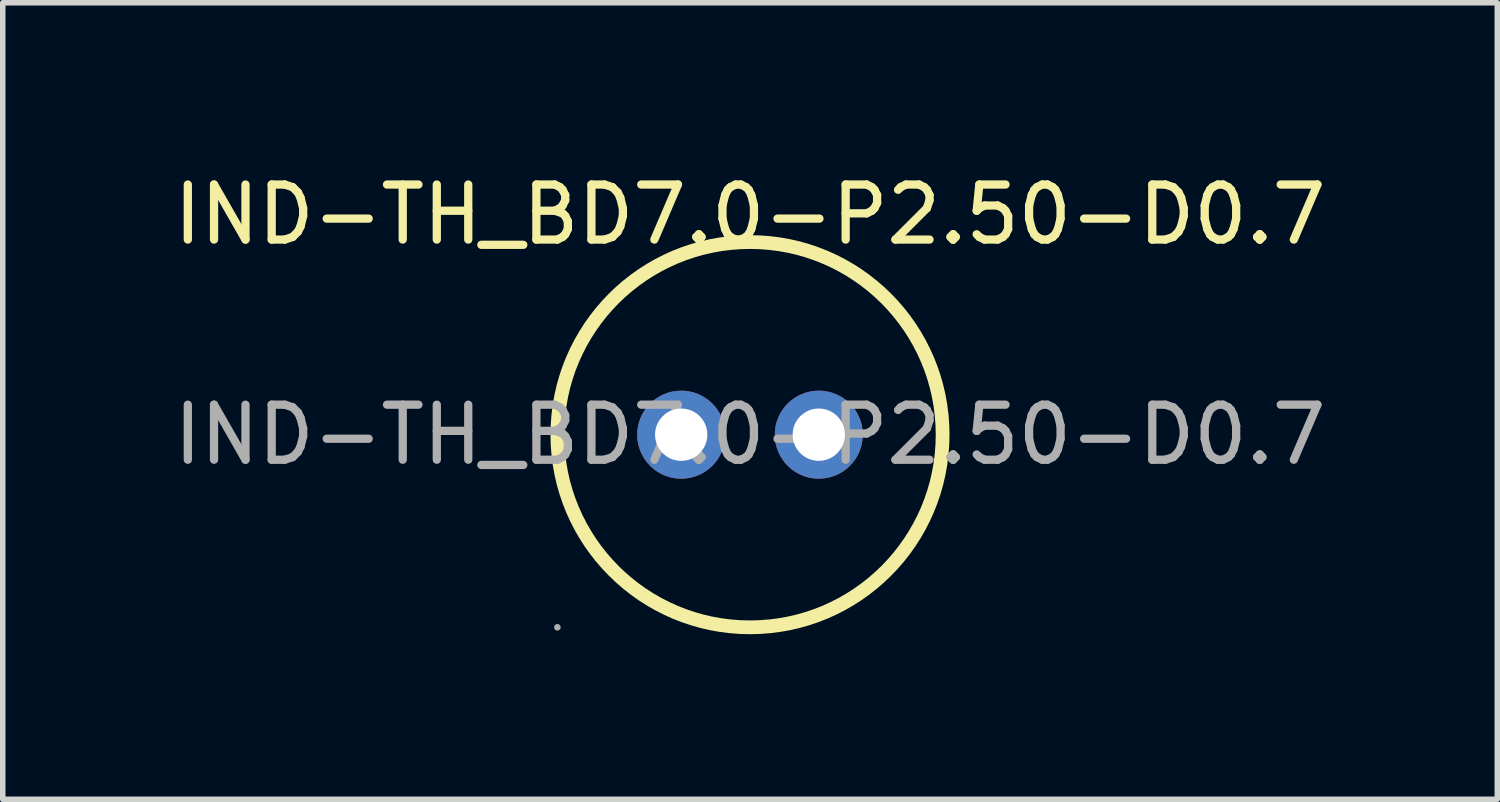
<source format=kicad_pcb>
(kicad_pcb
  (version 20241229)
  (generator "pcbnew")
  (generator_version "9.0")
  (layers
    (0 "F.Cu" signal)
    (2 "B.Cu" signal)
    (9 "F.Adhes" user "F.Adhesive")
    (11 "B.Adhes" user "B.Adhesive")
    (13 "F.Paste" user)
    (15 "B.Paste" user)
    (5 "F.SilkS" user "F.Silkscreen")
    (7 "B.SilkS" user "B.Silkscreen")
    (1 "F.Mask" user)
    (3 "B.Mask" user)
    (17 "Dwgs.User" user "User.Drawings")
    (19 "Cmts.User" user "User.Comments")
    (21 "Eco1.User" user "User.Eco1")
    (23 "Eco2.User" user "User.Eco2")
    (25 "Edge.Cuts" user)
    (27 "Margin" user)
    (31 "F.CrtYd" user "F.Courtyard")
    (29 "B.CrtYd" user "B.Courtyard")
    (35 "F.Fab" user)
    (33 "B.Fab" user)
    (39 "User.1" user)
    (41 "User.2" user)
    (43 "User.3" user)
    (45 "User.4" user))
  (footprint "IND-TH_BD7.0-P2.50-D0.7"
    (layer "F.Cu")
    (at 10.577 4.848)
    (property "Reference" "IND-TH_BD7.0-P2.50-D0.7" (at 0 -4 0) (layer "F.SilkS") (effects (font (size 1 1) (thickness 0.15))))
    (attr through_hole)
    (fp_circle (center 0 0) (end 3.5 0) (stroke (width 0.25) (type solid)) (fill no) (layer "F.SilkS"))
    (fp_circle (center -3.5 3.5) (end -3.47 3.5) (stroke (width 0.06) (type solid)) (fill no) (layer "F.Fab"))
    (fp_circle (center -1.25 0) (end -1.09 0) (stroke (width 0.32) (type solid)) (fill no) (layer "F.Fab"))
    (fp_circle (center 1.25 0) (end 1.41 0) (stroke (width 0.32) (type solid)) (fill no) (layer "F.Fab"))
    (fp_text user "${REFERENCE}" (at 0 0 0) (layer "F.Fab") (effects (font (size 1 1) (thickness 0.15))))
    (pad "1" thru_hole circle (at -1.25 0) (size 1.6 1.6) (drill 0.95) (layers "*.Cu" "*.Mask"))
    (pad "2" thru_hole circle (at 1.25 0) (size 1.6 1.6) (drill 0.95) (layers "*.Cu" "*.Mask")))
  (gr_rect
    (start -3 -3)
    (end 24.155 11.473)
    (stroke (width 0.1) (type default))
    (fill no)
    (layer "Edge.Cuts")))
</source>
